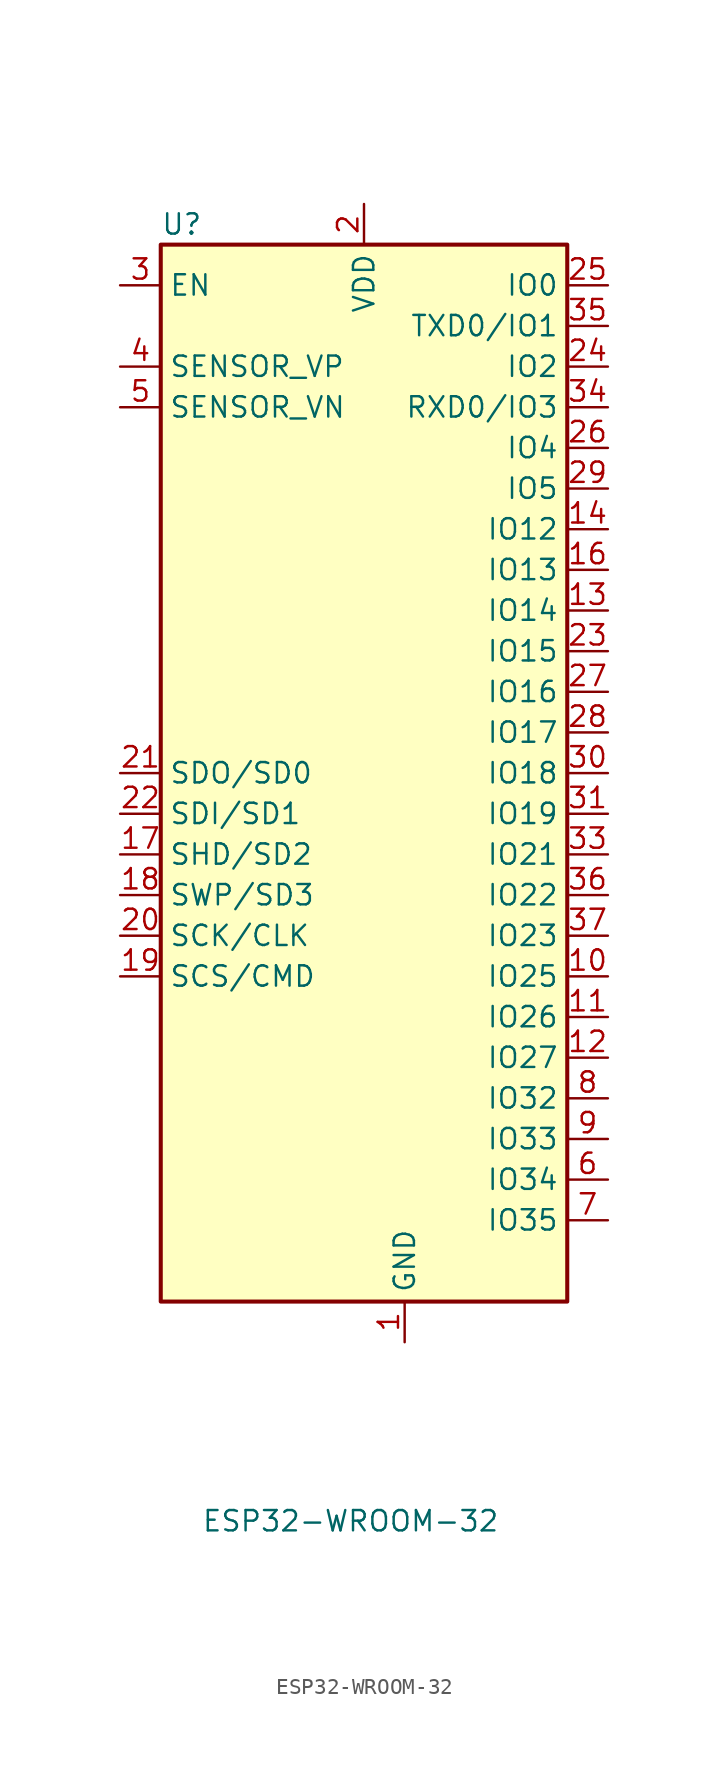
<source format=kicad_sym>
(kicad_symbol_lib
  (version 20231120)
  (generator "kicad_symbol_editor")
  (generator_version "8.0")
  (symbol "ESP32-WROOM-32"
    (property "Reference" "U"
      (at -12.7 34.29 0)
      (effects (font (size 1.27 1.27)) (justify left)))
    (property "Value" "ESP32-WROOM-32"
      (at -10.16 -46.736 0)
      (effects (font (size 1.27 1.27)) (justify left)))
    (symbol "ESP32-WROOM-32_0_1"
      (rectangle (start -12.7 33.02) (end 12.7 -33.02) (stroke (width 0.254) (type default)) (fill (type background))))
    (symbol "ESP32-WROOM-32_1_1"
      (pin power_in line (at 2.54 -35.56 90) (length 2.54) (name "GND" (effects (font (size 1.27 1.27)))) (number "1" (effects (font (size 1.27 1.27)))))
      (pin bidirectional line (at 15.24 -12.7 180) (length 2.54) (name "IO25" (effects (font (size 1.27 1.27)))) (number "10" (effects (font (size 1.27 1.27)))))
      (pin bidirectional line (at 15.24 -15.24 180) (length 2.54) (name "IO26" (effects (font (size 1.27 1.27)))) (number "11" (effects (font (size 1.27 1.27)))))
      (pin bidirectional line (at 15.24 -17.78 180) (length 2.54) (name "IO27" (effects (font (size 1.27 1.27)))) (number "12" (effects (font (size 1.27 1.27)))))
      (pin bidirectional line (at 15.24 10.16 180) (length 2.54) (name "IO14" (effects (font (size 1.27 1.27)))) (number "13" (effects (font (size 1.27 1.27)))))
      (pin bidirectional line (at 15.24 15.24 180) (length 2.54) (name "IO12" (effects (font (size 1.27 1.27)))) (number "14" (effects (font (size 1.27 1.27)))))
      (pin passive line (at 6.35 -35.56 90) (length 2.54) hide (name "GND" (effects (font (size 1.27 1.27)))) (number "15" (effects (font (size 1.27 1.27)))))
      (pin bidirectional line (at 15.24 12.7 180) (length 2.54) (name "IO13" (effects (font (size 1.27 1.27)))) (number "16" (effects (font (size 1.27 1.27)))))
      (pin bidirectional line (at -15.24 -5.08 0) (length 2.54) (name "SHD/SD2" (effects (font (size 1.27 1.27)))) (number "17" (effects (font (size 1.27 1.27)))))
      (pin bidirectional line (at -15.24 -7.62 0) (length 2.54) (name "SWP/SD3" (effects (font (size 1.27 1.27)))) (number "18" (effects (font (size 1.27 1.27)))))
      (pin bidirectional line (at -15.24 -12.7 0) (length 2.54) (name "SCS/CMD" (effects (font (size 1.27 1.27)))) (number "19" (effects (font (size 1.27 1.27)))))
      (pin power_in line (at 0 35.56 270) (length 2.54) (name "VDD" (effects (font (size 1.27 1.27)))) (number "2" (effects (font (size 1.27 1.27)))))
      (pin bidirectional line (at -15.24 -10.16 0) (length 2.54) (name "SCK/CLK" (effects (font (size 1.27 1.27)))) (number "20" (effects (font (size 1.27 1.27)))))
      (pin bidirectional line (at -15.24 0 0) (length 2.54) (name "SDO/SD0" (effects (font (size 1.27 1.27)))) (number "21" (effects (font (size 1.27 1.27)))))
      (pin bidirectional line (at -15.24 -2.54 0) (length 2.54) (name "SDI/SD1" (effects (font (size 1.27 1.27)))) (number "22" (effects (font (size 1.27 1.27)))))
      (pin bidirectional line (at 15.24 7.62 180) (length 2.54) (name "IO15" (effects (font (size 1.27 1.27)))) (number "23" (effects (font (size 1.27 1.27)))))
      (pin bidirectional line (at 15.24 25.4 180) (length 2.54) (name "IO2" (effects (font (size 1.27 1.27)))) (number "24" (effects (font (size 1.27 1.27)))))
      (pin bidirectional line (at 15.24 30.48 180) (length 2.54) (name "IO0" (effects (font (size 1.27 1.27)))) (number "25" (effects (font (size 1.27 1.27)))))
      (pin bidirectional line (at 15.24 20.32 180) (length 2.54) (name "IO4" (effects (font (size 1.27 1.27)))) (number "26" (effects (font (size 1.27 1.27)))))
      (pin bidirectional line (at 15.24 5.08 180) (length 2.54) (name "IO16" (effects (font (size 1.27 1.27)))) (number "27" (effects (font (size 1.27 1.27)))))
      (pin bidirectional line (at 15.24 2.54 180) (length 2.54) (name "IO17" (effects (font (size 1.27 1.27)))) (number "28" (effects (font (size 1.27 1.27)))))
      (pin bidirectional line (at 15.24 17.78 180) (length 2.54) (name "IO5" (effects (font (size 1.27 1.27)))) (number "29" (effects (font (size 1.27 1.27)))))
      (pin input line (at -15.24 30.48 0) (length 2.54) (name "EN" (effects (font (size 1.27 1.27)))) (number "3" (effects (font (size 1.27 1.27)))))
      (pin bidirectional line (at 15.24 0 180) (length 2.54) (name "IO18" (effects (font (size 1.27 1.27)))) (number "30" (effects (font (size 1.27 1.27)))))
      (pin bidirectional line (at 15.24 -2.54 180) (length 2.54) (name "IO19" (effects (font (size 1.27 1.27)))) (number "31" (effects (font (size 1.27 1.27)))))
      (pin no_connect line (at -12.7 -27.94 0) (length 2.54) hide (name "NC" (effects (font (size 1.27 1.27)))) (number "32" (effects (font (size 1.27 1.27)))))
      (pin bidirectional line (at 15.24 -5.08 180) (length 2.54) (name "IO21" (effects (font (size 1.27 1.27)))) (number "33" (effects (font (size 1.27 1.27)))))
      (pin bidirectional line (at 15.24 22.86 180) (length 2.54) (name "RXD0/IO3" (effects (font (size 1.27 1.27)))) (number "34" (effects (font (size 1.27 1.27)))))
      (pin bidirectional line (at 15.24 27.94 180) (length 2.54) (name "TXD0/IO1" (effects (font (size 1.27 1.27)))) (number "35" (effects (font (size 1.27 1.27)))))
      (pin bidirectional line (at 15.24 -7.62 180) (length 2.54) (name "IO22" (effects (font (size 1.27 1.27)))) (number "36" (effects (font (size 1.27 1.27)))))
      (pin bidirectional line (at 15.24 -10.16 180) (length 2.54) (name "IO23" (effects (font (size 1.27 1.27)))) (number "37" (effects (font (size 1.27 1.27)))))
      (pin passive line (at -5.08 -35.56 90) (length 2.54) hide (name "GND" (effects (font (size 1.27 1.27)))) (number "38" (effects (font (size 1.27 1.27)))))
      (pin passive line (at -1.27 -35.56 90) (length 2.54) hide (name "GND" (effects (font (size 1.27 1.27)))) (number "39" (effects (font (size 1.27 1.27)))))
      (pin input line (at -15.24 25.4 0) (length 2.54) (name "SENSOR_VP" (effects (font (size 1.27 1.27)))) (number "4" (effects (font (size 1.27 1.27)))))
      (pin input line (at -15.24 22.86 0) (length 2.54) (name "SENSOR_VN" (effects (font (size 1.27 1.27)))) (number "5" (effects (font (size 1.27 1.27)))))
      (pin input line (at 15.24 -25.4 180) (length 2.54) (name "IO34" (effects (font (size 1.27 1.27)))) (number "6" (effects (font (size 1.27 1.27)))))
      (pin input line (at 15.24 -27.94 180) (length 2.54) (name "IO35" (effects (font (size 1.27 1.27)))) (number "7" (effects (font (size 1.27 1.27)))))
      (pin bidirectional line (at 15.24 -20.32 180) (length 2.54) (name "IO32" (effects (font (size 1.27 1.27)))) (number "8" (effects (font (size 1.27 1.27)))))
      (pin bidirectional line (at 15.24 -22.86 180) (length 2.54) (name "IO33" (effects (font (size 1.27 1.27)))) (number "9" (effects (font (size 1.27 1.27))))))))
</source>
